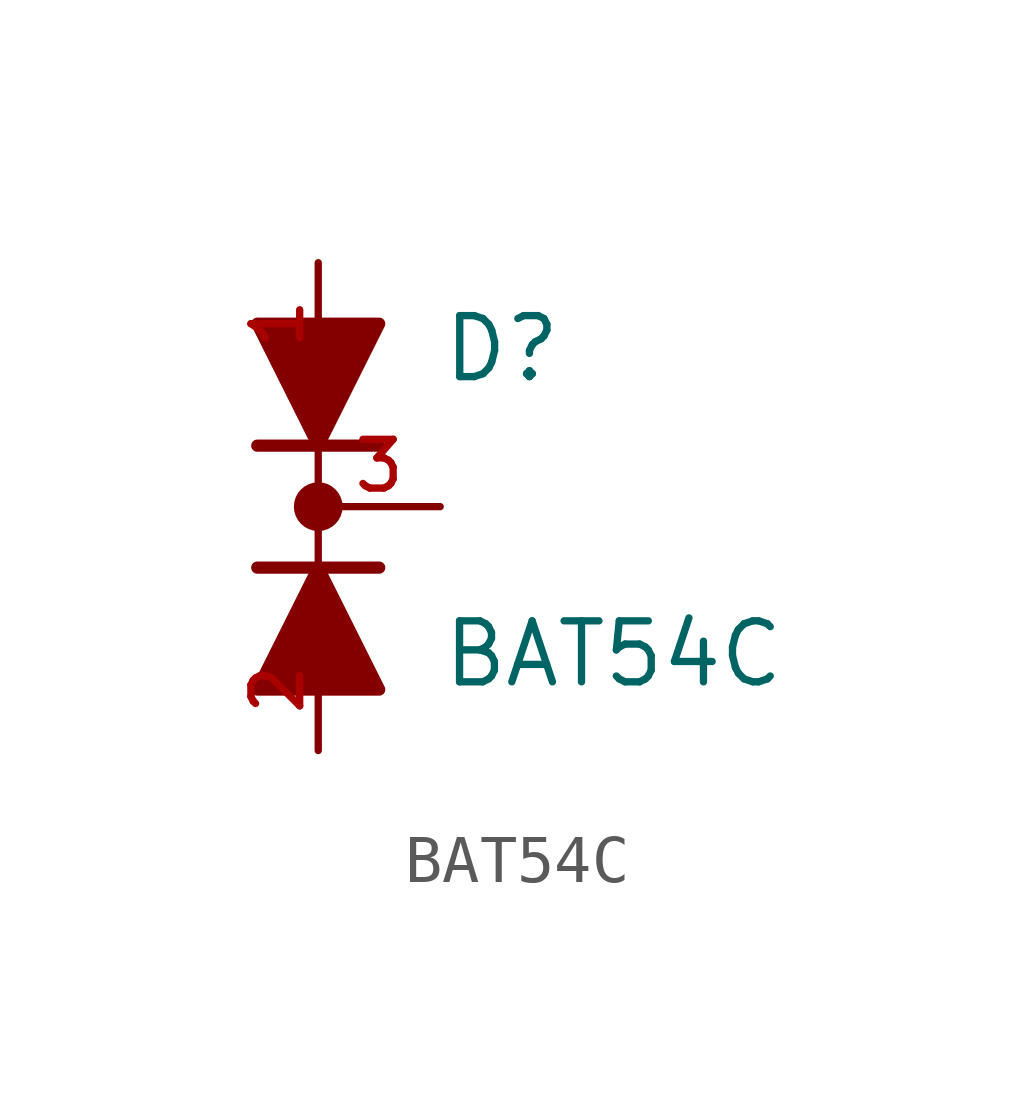
<source format=kicad_sym>
(kicad_symbol_lib
  (version 20211014)
  (generator kicad_symbol_editor)
  (symbol "BAT54C"
    (pin_names
      (offset 1.016))
    (property "Reference" "D"
      (at 2.545 2.545 0)
      (effects (font (size 1.27 1.27)) (justify bottom left)))
    (property "Value" "BAT54C"
      (at 2.541 -3.812 0)
      (effects (font (size 1.27 1.27)) (justify bottom left)))
    (symbol "BAT54C_0_0"
      (circle (center 0.0 0.0) (radius 0.254) (stroke (width 0.508)) (fill (type none)))
      (polyline (pts (xy 1.27 1.27) (xy 0.0 1.27)) (stroke (width 0.254)))
      (polyline (pts (xy 0.0 1.27) (xy -1.27 1.27)) (stroke (width 0.254)))
      (polyline (pts (xy 0.0 1.27) (xy 0.0 -1.27)) (stroke (width 0.152)))
      (polyline (pts (xy -1.27 -1.27) (xy 1.27 -1.27)) (stroke (width 0.254)))
      (polyline (pts (xy -1.27 3.81) (xy 1.27 3.81) (xy 0.0 1.27) (xy -1.27 3.81)) (stroke (width 0.254)) (fill (type outline)))
      (polyline (pts (xy -1.27 -3.81) (xy 0.0 -1.27) (xy 1.27 -3.81) (xy -1.27 -3.81)) (stroke (width 0.254)) (fill (type outline)))
      (pin passive line (at 0.0 5.08 270.0) (length 2.54) (name "~" (effects (font (size 1.016 1.016)))) (number "1" (effects (font (size 1.016 1.016)))))
      (pin passive line (at 0.0 -5.08 90.0) (length 2.54) (name "~" (effects (font (size 1.016 1.016)))) (number "2" (effects (font (size 1.016 1.016)))))
      (pin passive line (at 2.54 0.0 180.0) (length 2.54) (name "~" (effects (font (size 1.016 1.016)))) (number "3" (effects (font (size 1.016 1.016))))))))
</source>
